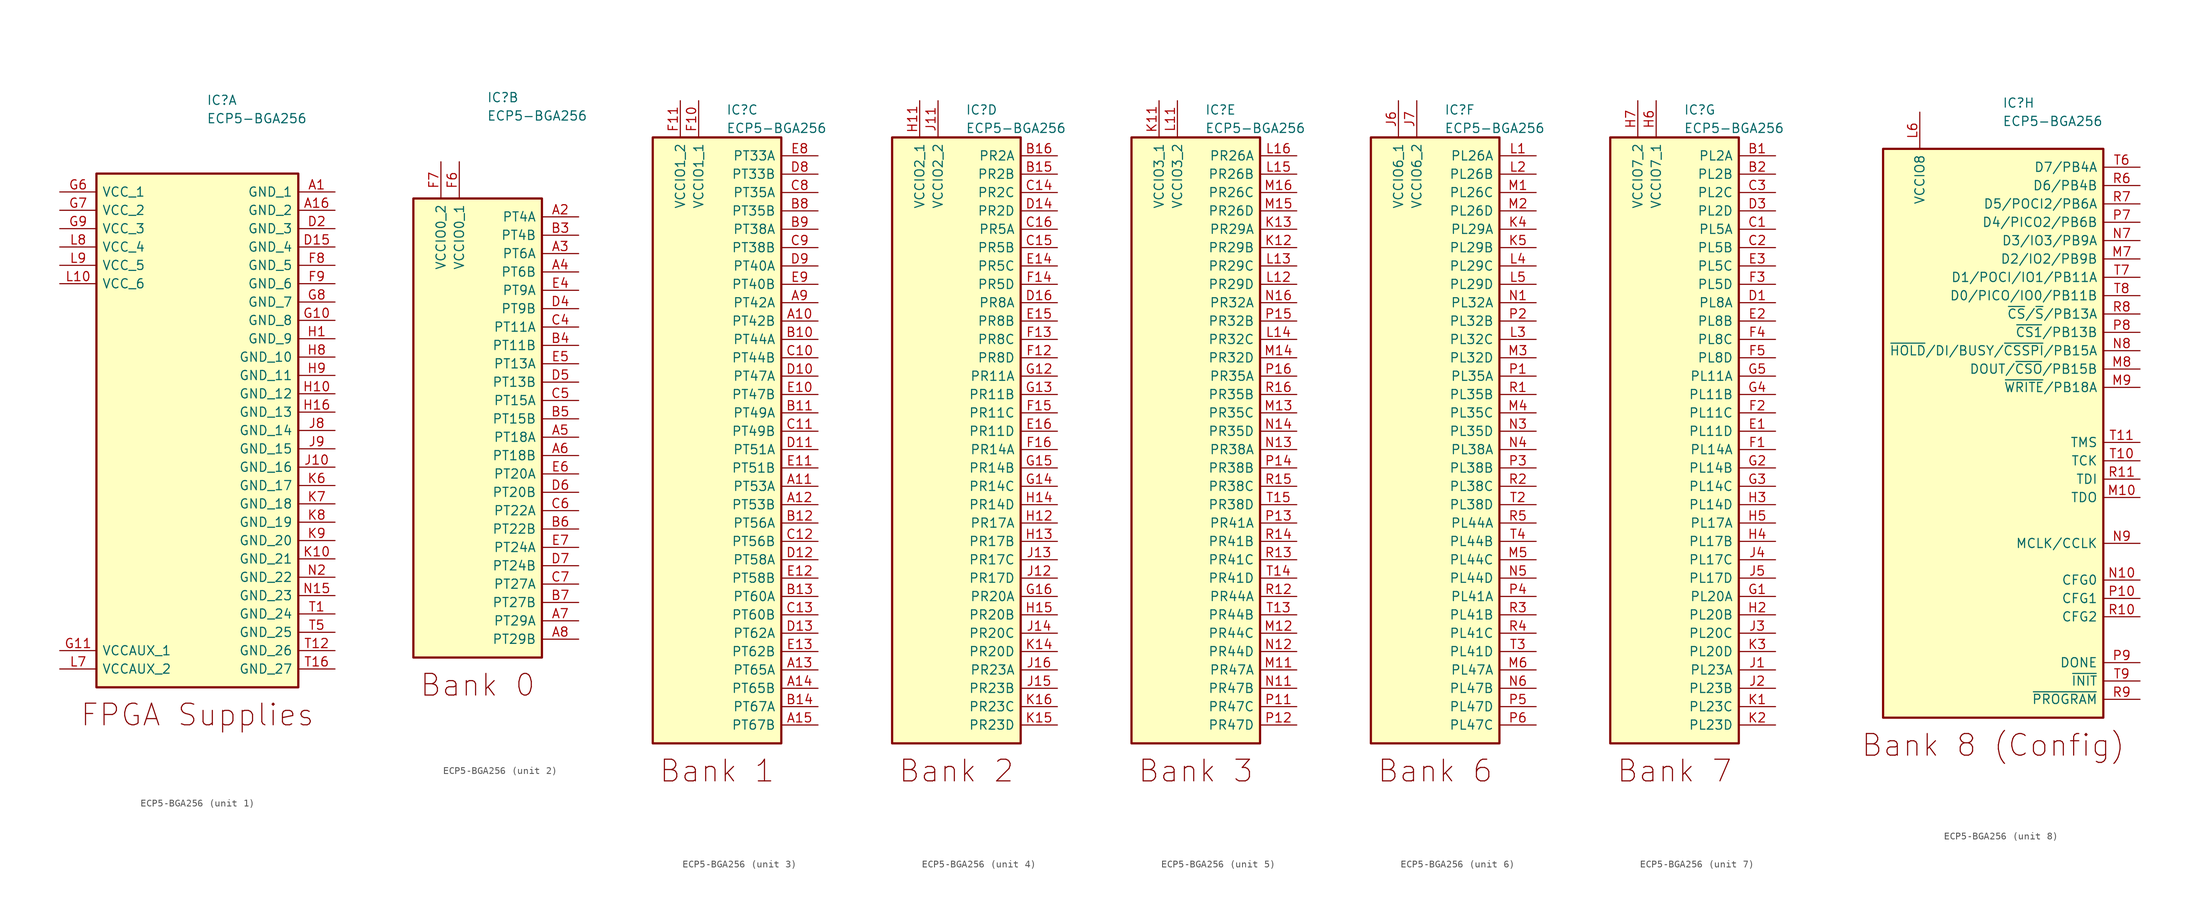
<source format=kicad_sym>
(kicad_symbol_lib
  (version 20220914)
  (generator kicad_symbol_editor)
  (symbol "ECP5-BGA256"
    (pin_names
      (offset 0.762))
    (property "Reference" "IC"
      (at 1.27 45.72 0)
      (effects (font (size 1.27 1.27)) (justify left)))
    (property "Value" "ECP5-BGA256"
      (at 1.27 43.18 0)
      (effects (font (size 1.27 1.27)) (justify left)))
    (property "ki_locked" ""
      (at 0 0 0)
      (effects (font (size 1.27 1.27))))
    (symbol "ECP5-BGA256_1_0"
      (rectangle (start -13.97 35.56) (end 13.97 -35.56) (stroke (width 0.305) (type default)) (fill (type background))))
    (symbol "ECP5-BGA256_1_1"
      (text "FPGA Supplies" (at 0 -39.37 0) (effects (font (size 2.997 2.997))))
      (pin power_in line (at 19.05 33.02 180) (length 5.08) (name "GND_1" (effects (font (size 1.27 1.27)))) (number "A1" (effects (font (size 1.27 1.27)))))
      (pin power_in line (at 19.05 30.48 180) (length 5.08) (name "GND_2" (effects (font (size 1.27 1.27)))) (number "A16" (effects (font (size 1.27 1.27)))))
      (pin power_in line (at 19.05 25.4 180) (length 5.08) (name "GND_4" (effects (font (size 1.27 1.27)))) (number "D15" (effects (font (size 1.27 1.27)))))
      (pin power_in line (at 19.05 27.94 180) (length 5.08) (name "GND_3" (effects (font (size 1.27 1.27)))) (number "D2" (effects (font (size 1.27 1.27)))))
      (pin power_in line (at 19.05 22.86 180) (length 5.08) (name "GND_5" (effects (font (size 1.27 1.27)))) (number "F8" (effects (font (size 1.27 1.27)))))
      (pin power_in line (at 19.05 20.32 180) (length 5.08) (name "GND_6" (effects (font (size 1.27 1.27)))) (number "F9" (effects (font (size 1.27 1.27)))))
      (pin power_in line (at 19.05 15.24 180) (length 5.08) (name "GND_8" (effects (font (size 1.27 1.27)))) (number "G10" (effects (font (size 1.27 1.27)))))
      (pin power_in line (at -19.05 -30.48 0) (length 5.08) (name "VCCAUX_1" (effects (font (size 1.27 1.27)))) (number "G11" (effects (font (size 1.27 1.27)))))
      (pin power_in line (at -19.05 33.02 0) (length 5.08) (name "VCC_1" (effects (font (size 1.27 1.27)))) (number "G6" (effects (font (size 1.27 1.27)))))
      (pin power_in line (at -19.05 30.48 0) (length 5.08) (name "VCC_2" (effects (font (size 1.27 1.27)))) (number "G7" (effects (font (size 1.27 1.27)))))
      (pin power_in line (at 19.05 17.78 180) (length 5.08) (name "GND_7" (effects (font (size 1.27 1.27)))) (number "G8" (effects (font (size 1.27 1.27)))))
      (pin power_in line (at -19.05 27.94 0) (length 5.08) (name "VCC_3" (effects (font (size 1.27 1.27)))) (number "G9" (effects (font (size 1.27 1.27)))))
      (pin power_in line (at 19.05 12.7 180) (length 5.08) (name "GND_9" (effects (font (size 1.27 1.27)))) (number "H1" (effects (font (size 1.27 1.27)))))
      (pin power_in line (at 19.05 5.08 180) (length 5.08) (name "GND_12" (effects (font (size 1.27 1.27)))) (number "H10" (effects (font (size 1.27 1.27)))))
      (pin power_in line (at 19.05 2.54 180) (length 5.08) (name "GND_13" (effects (font (size 1.27 1.27)))) (number "H16" (effects (font (size 1.27 1.27)))))
      (pin power_in line (at 19.05 10.16 180) (length 5.08) (name "GND_10" (effects (font (size 1.27 1.27)))) (number "H8" (effects (font (size 1.27 1.27)))))
      (pin power_in line (at 19.05 7.62 180) (length 5.08) (name "GND_11" (effects (font (size 1.27 1.27)))) (number "H9" (effects (font (size 1.27 1.27)))))
      (pin power_in line (at 19.05 -5.08 180) (length 5.08) (name "GND_16" (effects (font (size 1.27 1.27)))) (number "J10" (effects (font (size 1.27 1.27)))))
      (pin power_in line (at 19.05 0 180) (length 5.08) (name "GND_14" (effects (font (size 1.27 1.27)))) (number "J8" (effects (font (size 1.27 1.27)))))
      (pin power_in line (at 19.05 -2.54 180) (length 5.08) (name "GND_15" (effects (font (size 1.27 1.27)))) (number "J9" (effects (font (size 1.27 1.27)))))
      (pin power_in line (at 19.05 -17.78 180) (length 5.08) (name "GND_21" (effects (font (size 1.27 1.27)))) (number "K10" (effects (font (size 1.27 1.27)))))
      (pin power_in line (at 19.05 -7.62 180) (length 5.08) (name "GND_17" (effects (font (size 1.27 1.27)))) (number "K6" (effects (font (size 1.27 1.27)))))
      (pin power_in line (at 19.05 -10.16 180) (length 5.08) (name "GND_18" (effects (font (size 1.27 1.27)))) (number "K7" (effects (font (size 1.27 1.27)))))
      (pin power_in line (at 19.05 -12.7 180) (length 5.08) (name "GND_19" (effects (font (size 1.27 1.27)))) (number "K8" (effects (font (size 1.27 1.27)))))
      (pin power_in line (at 19.05 -15.24 180) (length 5.08) (name "GND_20" (effects (font (size 1.27 1.27)))) (number "K9" (effects (font (size 1.27 1.27)))))
      (pin power_in line (at -19.05 20.32 0) (length 5.08) (name "VCC_6" (effects (font (size 1.27 1.27)))) (number "L10" (effects (font (size 1.27 1.27)))))
      (pin power_in line (at -19.05 -33.02 0) (length 5.08) (name "VCCAUX_2" (effects (font (size 1.27 1.27)))) (number "L7" (effects (font (size 1.27 1.27)))))
      (pin power_in line (at -19.05 25.4 0) (length 5.08) (name "VCC_4" (effects (font (size 1.27 1.27)))) (number "L8" (effects (font (size 1.27 1.27)))))
      (pin power_in line (at -19.05 22.86 0) (length 5.08) (name "VCC_5" (effects (font (size 1.27 1.27)))) (number "L9" (effects (font (size 1.27 1.27)))))
      (pin power_in line (at 19.05 -22.86 180) (length 5.08) (name "GND_23" (effects (font (size 1.27 1.27)))) (number "N15" (effects (font (size 1.27 1.27)))))
      (pin power_in line (at 19.05 -20.32 180) (length 5.08) (name "GND_22" (effects (font (size 1.27 1.27)))) (number "N2" (effects (font (size 1.27 1.27)))))
      (pin power_in line (at 19.05 -25.4 180) (length 5.08) (name "GND_24" (effects (font (size 1.27 1.27)))) (number "T1" (effects (font (size 1.27 1.27)))))
      (pin power_in line (at 19.05 -30.48 180) (length 5.08) (name "GND_26" (effects (font (size 1.27 1.27)))) (number "T12" (effects (font (size 1.27 1.27)))))
      (pin power_in line (at 19.05 -33.02 180) (length 5.08) (name "GND_27" (effects (font (size 1.27 1.27)))) (number "T16" (effects (font (size 1.27 1.27)))))
      (pin power_in line (at 19.05 -27.94 180) (length 5.08) (name "GND_25" (effects (font (size 1.27 1.27)))) (number "T5" (effects (font (size 1.27 1.27))))))
    (symbol "ECP5-BGA256_2_1"
      (rectangle (start -8.89 31.75) (end 8.89 -31.75) (stroke (width 0.305) (type default)) (fill (type background)))
      (text "Bank 0" (at 0 -35.56 0) (effects (font (size 2.997 2.997))))
      (pin bidirectional line (at 13.97 29.21 180) (length 5.08) (name "PT4A" (effects (font (size 1.27 1.27)))) (number "A2" (effects (font (size 1.27 1.27)))))
      (pin bidirectional line (at 13.97 24.13 180) (length 5.08) (name "PT6A" (effects (font (size 1.27 1.27)))) (number "A3" (effects (font (size 1.27 1.27)))))
      (pin bidirectional line (at 13.97 21.59 180) (length 5.08) (name "PT6B" (effects (font (size 1.27 1.27)))) (number "A4" (effects (font (size 1.27 1.27)))))
      (pin bidirectional line (at 13.97 -1.27 180) (length 5.08) (name "PT18A" (effects (font (size 1.27 1.27)))) (number "A5" (effects (font (size 1.27 1.27)))))
      (pin bidirectional line (at 13.97 -3.81 180) (length 5.08) (name "PT18B" (effects (font (size 1.27 1.27)))) (number "A6" (effects (font (size 1.27 1.27)))))
      (pin bidirectional line (at 13.97 -26.67 180) (length 5.08) (name "PT29A" (effects (font (size 1.27 1.27)))) (number "A7" (effects (font (size 1.27 1.27)))))
      (pin bidirectional line (at 13.97 -29.21 180) (length 5.08) (name "PT29B" (effects (font (size 1.27 1.27)))) (number "A8" (effects (font (size 1.27 1.27)))))
      (pin bidirectional line (at 13.97 26.67 180) (length 5.08) (name "PT4B" (effects (font (size 1.27 1.27)))) (number "B3" (effects (font (size 1.27 1.27)))))
      (pin bidirectional line (at 13.97 11.43 180) (length 5.08) (name "PT11B" (effects (font (size 1.27 1.27)))) (number "B4" (effects (font (size 1.27 1.27)))))
      (pin bidirectional line (at 13.97 1.27 180) (length 5.08) (name "PT15B" (effects (font (size 1.27 1.27)))) (number "B5" (effects (font (size 1.27 1.27)))))
      (pin bidirectional line (at 13.97 -13.97 180) (length 5.08) (name "PT22B" (effects (font (size 1.27 1.27)))) (number "B6" (effects (font (size 1.27 1.27)))))
      (pin bidirectional line (at 13.97 -24.13 180) (length 5.08) (name "PT27B" (effects (font (size 1.27 1.27)))) (number "B7" (effects (font (size 1.27 1.27)))))
      (pin bidirectional line (at 13.97 13.97 180) (length 5.08) (name "PT11A" (effects (font (size 1.27 1.27)))) (number "C4" (effects (font (size 1.27 1.27)))))
      (pin bidirectional line (at 13.97 3.81 180) (length 5.08) (name "PT15A" (effects (font (size 1.27 1.27)))) (number "C5" (effects (font (size 1.27 1.27)))))
      (pin bidirectional line (at 13.97 -11.43 180) (length 5.08) (name "PT22A" (effects (font (size 1.27 1.27)))) (number "C6" (effects (font (size 1.27 1.27)))))
      (pin bidirectional line (at 13.97 -21.59 180) (length 5.08) (name "PT27A" (effects (font (size 1.27 1.27)))) (number "C7" (effects (font (size 1.27 1.27)))))
      (pin bidirectional line (at 13.97 16.51 180) (length 5.08) (name "PT9B" (effects (font (size 1.27 1.27)))) (number "D4" (effects (font (size 1.27 1.27)))))
      (pin bidirectional line (at 13.97 6.35 180) (length 5.08) (name "PT13B" (effects (font (size 1.27 1.27)))) (number "D5" (effects (font (size 1.27 1.27)))))
      (pin bidirectional line (at 13.97 -8.89 180) (length 5.08) (name "PT20B" (effects (font (size 1.27 1.27)))) (number "D6" (effects (font (size 1.27 1.27)))))
      (pin bidirectional line (at 13.97 -19.05 180) (length 5.08) (name "PT24B" (effects (font (size 1.27 1.27)))) (number "D7" (effects (font (size 1.27 1.27)))))
      (pin bidirectional line (at 13.97 19.05 180) (length 5.08) (name "PT9A" (effects (font (size 1.27 1.27)))) (number "E4" (effects (font (size 1.27 1.27)))))
      (pin bidirectional line (at 13.97 8.89 180) (length 5.08) (name "PT13A" (effects (font (size 1.27 1.27)))) (number "E5" (effects (font (size 1.27 1.27)))))
      (pin bidirectional line (at 13.97 -6.35 180) (length 5.08) (name "PT20A" (effects (font (size 1.27 1.27)))) (number "E6" (effects (font (size 1.27 1.27)))))
      (pin bidirectional line (at 13.97 -16.51 180) (length 5.08) (name "PT24A" (effects (font (size 1.27 1.27)))) (number "E7" (effects (font (size 1.27 1.27)))))
      (pin power_in line (at -2.54 36.83 270) (length 5.08) (name "VCCIO0_1" (effects (font (size 1.27 1.27)))) (number "F6" (effects (font (size 1.27 1.27)))))
      (pin power_in line (at -5.08 36.83 270) (length 5.08) (name "VCCIO0_2" (effects (font (size 1.27 1.27)))) (number "F7" (effects (font (size 1.27 1.27))))))
    (symbol "ECP5-BGA256_3_0"
      (rectangle (start -8.89 41.91) (end 8.89 -41.91) (stroke (width 0.305) (type default)) (fill (type background))))
    (symbol "ECP5-BGA256_3_1"
      (text "Bank 1" (at 0 -45.72 0) (effects (font (size 2.997 2.997))))
      (pin bidirectional line (at 13.97 16.51 180) (length 5.08) (name "PT42B" (effects (font (size 1.27 1.27)))) (number "A10" (effects (font (size 1.27 1.27)))))
      (pin bidirectional line (at 13.97 -6.35 180) (length 5.08) (name "PT53A" (effects (font (size 1.27 1.27)))) (number "A11" (effects (font (size 1.27 1.27)))))
      (pin bidirectional line (at 13.97 -8.89 180) (length 5.08) (name "PT53B" (effects (font (size 1.27 1.27)))) (number "A12" (effects (font (size 1.27 1.27)))))
      (pin bidirectional line (at 13.97 -31.75 180) (length 5.08) (name "PT65A" (effects (font (size 1.27 1.27)))) (number "A13" (effects (font (size 1.27 1.27)))))
      (pin bidirectional line (at 13.97 -34.29 180) (length 5.08) (name "PT65B" (effects (font (size 1.27 1.27)))) (number "A14" (effects (font (size 1.27 1.27)))))
      (pin bidirectional line (at 13.97 -39.37 180) (length 5.08) (name "PT67B" (effects (font (size 1.27 1.27)))) (number "A15" (effects (font (size 1.27 1.27)))))
      (pin bidirectional line (at 13.97 19.05 180) (length 5.08) (name "PT42A" (effects (font (size 1.27 1.27)))) (number "A9" (effects (font (size 1.27 1.27)))))
      (pin bidirectional line (at 13.97 13.97 180) (length 5.08) (name "PT44A" (effects (font (size 1.27 1.27)))) (number "B10" (effects (font (size 1.27 1.27)))))
      (pin bidirectional line (at 13.97 3.81 180) (length 5.08) (name "PT49A" (effects (font (size 1.27 1.27)))) (number "B11" (effects (font (size 1.27 1.27)))))
      (pin bidirectional line (at 13.97 -11.43 180) (length 5.08) (name "PT56A" (effects (font (size 1.27 1.27)))) (number "B12" (effects (font (size 1.27 1.27)))))
      (pin bidirectional line (at 13.97 -21.59 180) (length 5.08) (name "PT60A" (effects (font (size 1.27 1.27)))) (number "B13" (effects (font (size 1.27 1.27)))))
      (pin bidirectional line (at 13.97 -36.83 180) (length 5.08) (name "PT67A" (effects (font (size 1.27 1.27)))) (number "B14" (effects (font (size 1.27 1.27)))))
      (pin bidirectional line (at 13.97 31.75 180) (length 5.08) (name "PT35B" (effects (font (size 1.27 1.27)))) (number "B8" (effects (font (size 1.27 1.27)))))
      (pin bidirectional line (at 13.97 29.21 180) (length 5.08) (name "PT38A" (effects (font (size 1.27 1.27)))) (number "B9" (effects (font (size 1.27 1.27)))))
      (pin bidirectional line (at 13.97 11.43 180) (length 5.08) (name "PT44B" (effects (font (size 1.27 1.27)))) (number "C10" (effects (font (size 1.27 1.27)))))
      (pin bidirectional line (at 13.97 1.27 180) (length 5.08) (name "PT49B" (effects (font (size 1.27 1.27)))) (number "C11" (effects (font (size 1.27 1.27)))))
      (pin bidirectional line (at 13.97 -13.97 180) (length 5.08) (name "PT56B" (effects (font (size 1.27 1.27)))) (number "C12" (effects (font (size 1.27 1.27)))))
      (pin bidirectional line (at 13.97 -24.13 180) (length 5.08) (name "PT60B" (effects (font (size 1.27 1.27)))) (number "C13" (effects (font (size 1.27 1.27)))))
      (pin bidirectional line (at 13.97 34.29 180) (length 5.08) (name "PT35A" (effects (font (size 1.27 1.27)))) (number "C8" (effects (font (size 1.27 1.27)))))
      (pin bidirectional line (at 13.97 26.67 180) (length 5.08) (name "PT38B" (effects (font (size 1.27 1.27)))) (number "C9" (effects (font (size 1.27 1.27)))))
      (pin bidirectional line (at 13.97 8.89 180) (length 5.08) (name "PT47A" (effects (font (size 1.27 1.27)))) (number "D10" (effects (font (size 1.27 1.27)))))
      (pin bidirectional line (at 13.97 -1.27 180) (length 5.08) (name "PT51A" (effects (font (size 1.27 1.27)))) (number "D11" (effects (font (size 1.27 1.27)))))
      (pin bidirectional line (at 13.97 -16.51 180) (length 5.08) (name "PT58A" (effects (font (size 1.27 1.27)))) (number "D12" (effects (font (size 1.27 1.27)))))
      (pin bidirectional line (at 13.97 -26.67 180) (length 5.08) (name "PT62A" (effects (font (size 1.27 1.27)))) (number "D13" (effects (font (size 1.27 1.27)))))
      (pin bidirectional line (at 13.97 36.83 180) (length 5.08) (name "PT33B" (effects (font (size 1.27 1.27)))) (number "D8" (effects (font (size 1.27 1.27)))))
      (pin bidirectional line (at 13.97 24.13 180) (length 5.08) (name "PT40A" (effects (font (size 1.27 1.27)))) (number "D9" (effects (font (size 1.27 1.27)))))
      (pin bidirectional line (at 13.97 6.35 180) (length 5.08) (name "PT47B" (effects (font (size 1.27 1.27)))) (number "E10" (effects (font (size 1.27 1.27)))))
      (pin bidirectional line (at 13.97 -3.81 180) (length 5.08) (name "PT51B" (effects (font (size 1.27 1.27)))) (number "E11" (effects (font (size 1.27 1.27)))))
      (pin bidirectional line (at 13.97 -19.05 180) (length 5.08) (name "PT58B" (effects (font (size 1.27 1.27)))) (number "E12" (effects (font (size 1.27 1.27)))))
      (pin bidirectional line (at 13.97 -29.21 180) (length 5.08) (name "PT62B" (effects (font (size 1.27 1.27)))) (number "E13" (effects (font (size 1.27 1.27)))))
      (pin bidirectional line (at 13.97 39.37 180) (length 5.08) (name "PT33A" (effects (font (size 1.27 1.27)))) (number "E8" (effects (font (size 1.27 1.27)))))
      (pin bidirectional line (at 13.97 21.59 180) (length 5.08) (name "PT40B" (effects (font (size 1.27 1.27)))) (number "E9" (effects (font (size 1.27 1.27)))))
      (pin power_in line (at -2.54 46.99 270) (length 5.08) (name "VCCIO1_1" (effects (font (size 1.27 1.27)))) (number "F10" (effects (font (size 1.27 1.27)))))
      (pin power_in line (at -5.08 46.99 270) (length 5.08) (name "VCCIO1_2" (effects (font (size 1.27 1.27)))) (number "F11" (effects (font (size 1.27 1.27))))))
    (symbol "ECP5-BGA256_4_1"
      (rectangle (start -8.89 41.91) (end 8.89 -41.91) (stroke (width 0.305) (type default)) (fill (type background)))
      (text "Bank 2" (at 0 -45.72 0) (effects (font (size 2.997 2.997))))
      (pin bidirectional line (at 13.97 36.83 180) (length 5.08) (name "PR2B" (effects (font (size 1.27 1.27)))) (number "B15" (effects (font (size 1.27 1.27)))))
      (pin bidirectional line (at 13.97 39.37 180) (length 5.08) (name "PR2A" (effects (font (size 1.27 1.27)))) (number "B16" (effects (font (size 1.27 1.27)))))
      (pin bidirectional line (at 13.97 34.29 180) (length 5.08) (name "PR2C" (effects (font (size 1.27 1.27)))) (number "C14" (effects (font (size 1.27 1.27)))))
      (pin bidirectional line (at 13.97 26.67 180) (length 5.08) (name "PR5B" (effects (font (size 1.27 1.27)))) (number "C15" (effects (font (size 1.27 1.27)))))
      (pin bidirectional line (at 13.97 29.21 180) (length 5.08) (name "PR5A" (effects (font (size 1.27 1.27)))) (number "C16" (effects (font (size 1.27 1.27)))))
      (pin bidirectional line (at 13.97 31.75 180) (length 5.08) (name "PR2D" (effects (font (size 1.27 1.27)))) (number "D14" (effects (font (size 1.27 1.27)))))
      (pin bidirectional line (at 13.97 19.05 180) (length 5.08) (name "PR8A" (effects (font (size 1.27 1.27)))) (number "D16" (effects (font (size 1.27 1.27)))))
      (pin bidirectional line (at 13.97 24.13 180) (length 5.08) (name "PR5C" (effects (font (size 1.27 1.27)))) (number "E14" (effects (font (size 1.27 1.27)))))
      (pin bidirectional line (at 13.97 16.51 180) (length 5.08) (name "PR8B" (effects (font (size 1.27 1.27)))) (number "E15" (effects (font (size 1.27 1.27)))))
      (pin bidirectional line (at 13.97 1.27 180) (length 5.08) (name "PR11D" (effects (font (size 1.27 1.27)))) (number "E16" (effects (font (size 1.27 1.27)))))
      (pin bidirectional line (at 13.97 11.43 180) (length 5.08) (name "PR8D" (effects (font (size 1.27 1.27)))) (number "F12" (effects (font (size 1.27 1.27)))))
      (pin bidirectional line (at 13.97 13.97 180) (length 5.08) (name "PR8C" (effects (font (size 1.27 1.27)))) (number "F13" (effects (font (size 1.27 1.27)))))
      (pin bidirectional line (at 13.97 21.59 180) (length 5.08) (name "PR5D" (effects (font (size 1.27 1.27)))) (number "F14" (effects (font (size 1.27 1.27)))))
      (pin bidirectional line (at 13.97 3.81 180) (length 5.08) (name "PR11C" (effects (font (size 1.27 1.27)))) (number "F15" (effects (font (size 1.27 1.27)))))
      (pin bidirectional line (at 13.97 -1.27 180) (length 5.08) (name "PR14A" (effects (font (size 1.27 1.27)))) (number "F16" (effects (font (size 1.27 1.27)))))
      (pin bidirectional line (at 13.97 8.89 180) (length 5.08) (name "PR11A" (effects (font (size 1.27 1.27)))) (number "G12" (effects (font (size 1.27 1.27)))))
      (pin bidirectional line (at 13.97 6.35 180) (length 5.08) (name "PR11B" (effects (font (size 1.27 1.27)))) (number "G13" (effects (font (size 1.27 1.27)))))
      (pin bidirectional line (at 13.97 -6.35 180) (length 5.08) (name "PR14C" (effects (font (size 1.27 1.27)))) (number "G14" (effects (font (size 1.27 1.27)))))
      (pin bidirectional line (at 13.97 -3.81 180) (length 5.08) (name "PR14B" (effects (font (size 1.27 1.27)))) (number "G15" (effects (font (size 1.27 1.27)))))
      (pin bidirectional line (at 13.97 -21.59 180) (length 5.08) (name "PR20A" (effects (font (size 1.27 1.27)))) (number "G16" (effects (font (size 1.27 1.27)))))
      (pin power_in line (at -5.08 46.99 270) (length 5.08) (name "VCCIO2_1" (effects (font (size 1.27 1.27)))) (number "H11" (effects (font (size 1.27 1.27)))))
      (pin bidirectional line (at 13.97 -11.43 180) (length 5.08) (name "PR17A" (effects (font (size 1.27 1.27)))) (number "H12" (effects (font (size 1.27 1.27)))))
      (pin bidirectional line (at 13.97 -13.97 180) (length 5.08) (name "PR17B" (effects (font (size 1.27 1.27)))) (number "H13" (effects (font (size 1.27 1.27)))))
      (pin bidirectional line (at 13.97 -8.89 180) (length 5.08) (name "PR14D" (effects (font (size 1.27 1.27)))) (number "H14" (effects (font (size 1.27 1.27)))))
      (pin bidirectional line (at 13.97 -24.13 180) (length 5.08) (name "PR20B" (effects (font (size 1.27 1.27)))) (number "H15" (effects (font (size 1.27 1.27)))))
      (pin power_in line (at -2.54 46.99 270) (length 5.08) (name "VCCIO2_2" (effects (font (size 1.27 1.27)))) (number "J11" (effects (font (size 1.27 1.27)))))
      (pin bidirectional line (at 13.97 -19.05 180) (length 5.08) (name "PR17D" (effects (font (size 1.27 1.27)))) (number "J12" (effects (font (size 1.27 1.27)))))
      (pin bidirectional line (at 13.97 -16.51 180) (length 5.08) (name "PR17C" (effects (font (size 1.27 1.27)))) (number "J13" (effects (font (size 1.27 1.27)))))
      (pin bidirectional line (at 13.97 -26.67 180) (length 5.08) (name "PR20C" (effects (font (size 1.27 1.27)))) (number "J14" (effects (font (size 1.27 1.27)))))
      (pin bidirectional line (at 13.97 -34.29 180) (length 5.08) (name "PR23B" (effects (font (size 1.27 1.27)))) (number "J15" (effects (font (size 1.27 1.27)))))
      (pin bidirectional line (at 13.97 -31.75 180) (length 5.08) (name "PR23A" (effects (font (size 1.27 1.27)))) (number "J16" (effects (font (size 1.27 1.27)))))
      (pin bidirectional line (at 13.97 -29.21 180) (length 5.08) (name "PR20D" (effects (font (size 1.27 1.27)))) (number "K14" (effects (font (size 1.27 1.27)))))
      (pin bidirectional line (at 13.97 -39.37 180) (length 5.08) (name "PR23D" (effects (font (size 1.27 1.27)))) (number "K15" (effects (font (size 1.27 1.27)))))
      (pin bidirectional line (at 13.97 -36.83 180) (length 5.08) (name "PR23C" (effects (font (size 1.27 1.27)))) (number "K16" (effects (font (size 1.27 1.27))))))
    (symbol "ECP5-BGA256_5_0"
      (rectangle (start -8.89 41.91) (end 8.89 -41.91) (stroke (width 0.305) (type default)) (fill (type background))))
    (symbol "ECP5-BGA256_5_1"
      (text "Bank 3" (at 0 -45.72 0) (effects (font (size 2.997 2.997))))
      (pin power_in line (at -5.08 46.99 270) (length 5.08) (name "VCCIO3_1" (effects (font (size 1.27 1.27)))) (number "K11" (effects (font (size 1.27 1.27)))))
      (pin bidirectional line (at 13.97 26.67 180) (length 5.08) (name "PR29B" (effects (font (size 1.27 1.27)))) (number "K12" (effects (font (size 1.27 1.27)))))
      (pin bidirectional line (at 13.97 29.21 180) (length 5.08) (name "PR29A" (effects (font (size 1.27 1.27)))) (number "K13" (effects (font (size 1.27 1.27)))))
      (pin power_in line (at -2.54 46.99 270) (length 5.08) (name "VCCIO3_2" (effects (font (size 1.27 1.27)))) (number "L11" (effects (font (size 1.27 1.27)))))
      (pin bidirectional line (at 13.97 21.59 180) (length 5.08) (name "PR29D" (effects (font (size 1.27 1.27)))) (number "L12" (effects (font (size 1.27 1.27)))))
      (pin bidirectional line (at 13.97 24.13 180) (length 5.08) (name "PR29C" (effects (font (size 1.27 1.27)))) (number "L13" (effects (font (size 1.27 1.27)))))
      (pin bidirectional line (at 13.97 13.97 180) (length 5.08) (name "PR32C" (effects (font (size 1.27 1.27)))) (number "L14" (effects (font (size 1.27 1.27)))))
      (pin bidirectional line (at 13.97 36.83 180) (length 5.08) (name "PR26B" (effects (font (size 1.27 1.27)))) (number "L15" (effects (font (size 1.27 1.27)))))
      (pin bidirectional line (at 13.97 39.37 180) (length 5.08) (name "PR26A" (effects (font (size 1.27 1.27)))) (number "L16" (effects (font (size 1.27 1.27)))))
      (pin bidirectional line (at 13.97 -31.75 180) (length 5.08) (name "PR47A" (effects (font (size 1.27 1.27)))) (number "M11" (effects (font (size 1.27 1.27)))))
      (pin bidirectional line (at 13.97 -26.67 180) (length 5.08) (name "PR44C" (effects (font (size 1.27 1.27)))) (number "M12" (effects (font (size 1.27 1.27)))))
      (pin bidirectional line (at 13.97 3.81 180) (length 5.08) (name "PR35C" (effects (font (size 1.27 1.27)))) (number "M13" (effects (font (size 1.27 1.27)))))
      (pin bidirectional line (at 13.97 11.43 180) (length 5.08) (name "PR32D" (effects (font (size 1.27 1.27)))) (number "M14" (effects (font (size 1.27 1.27)))))
      (pin bidirectional line (at 13.97 31.75 180) (length 5.08) (name "PR26D" (effects (font (size 1.27 1.27)))) (number "M15" (effects (font (size 1.27 1.27)))))
      (pin bidirectional line (at 13.97 34.29 180) (length 5.08) (name "PR26C" (effects (font (size 1.27 1.27)))) (number "M16" (effects (font (size 1.27 1.27)))))
      (pin bidirectional line (at 13.97 -34.29 180) (length 5.08) (name "PR47B" (effects (font (size 1.27 1.27)))) (number "N11" (effects (font (size 1.27 1.27)))))
      (pin bidirectional line (at 13.97 -29.21 180) (length 5.08) (name "PR44D" (effects (font (size 1.27 1.27)))) (number "N12" (effects (font (size 1.27 1.27)))))
      (pin bidirectional line (at 13.97 -1.27 180) (length 5.08) (name "PR38A" (effects (font (size 1.27 1.27)))) (number "N13" (effects (font (size 1.27 1.27)))))
      (pin bidirectional line (at 13.97 1.27 180) (length 5.08) (name "PR35D" (effects (font (size 1.27 1.27)))) (number "N14" (effects (font (size 1.27 1.27)))))
      (pin bidirectional line (at 13.97 19.05 180) (length 5.08) (name "PR32A" (effects (font (size 1.27 1.27)))) (number "N16" (effects (font (size 1.27 1.27)))))
      (pin bidirectional line (at 13.97 -36.83 180) (length 5.08) (name "PR47C" (effects (font (size 1.27 1.27)))) (number "P11" (effects (font (size 1.27 1.27)))))
      (pin bidirectional line (at 13.97 -39.37 180) (length 5.08) (name "PR47D" (effects (font (size 1.27 1.27)))) (number "P12" (effects (font (size 1.27 1.27)))))
      (pin bidirectional line (at 13.97 -11.43 180) (length 5.08) (name "PR41A" (effects (font (size 1.27 1.27)))) (number "P13" (effects (font (size 1.27 1.27)))))
      (pin bidirectional line (at 13.97 -3.81 180) (length 5.08) (name "PR38B" (effects (font (size 1.27 1.27)))) (number "P14" (effects (font (size 1.27 1.27)))))
      (pin bidirectional line (at 13.97 16.51 180) (length 5.08) (name "PR32B" (effects (font (size 1.27 1.27)))) (number "P15" (effects (font (size 1.27 1.27)))))
      (pin bidirectional line (at 13.97 8.89 180) (length 5.08) (name "PR35A" (effects (font (size 1.27 1.27)))) (number "P16" (effects (font (size 1.27 1.27)))))
      (pin bidirectional line (at 13.97 -21.59 180) (length 5.08) (name "PR44A" (effects (font (size 1.27 1.27)))) (number "R12" (effects (font (size 1.27 1.27)))))
      (pin bidirectional line (at 13.97 -16.51 180) (length 5.08) (name "PR41C" (effects (font (size 1.27 1.27)))) (number "R13" (effects (font (size 1.27 1.27)))))
      (pin bidirectional line (at 13.97 -13.97 180) (length 5.08) (name "PR41B" (effects (font (size 1.27 1.27)))) (number "R14" (effects (font (size 1.27 1.27)))))
      (pin bidirectional line (at 13.97 -6.35 180) (length 5.08) (name "PR38C" (effects (font (size 1.27 1.27)))) (number "R15" (effects (font (size 1.27 1.27)))))
      (pin bidirectional line (at 13.97 6.35 180) (length 5.08) (name "PR35B" (effects (font (size 1.27 1.27)))) (number "R16" (effects (font (size 1.27 1.27)))))
      (pin bidirectional line (at 13.97 -24.13 180) (length 5.08) (name "PR44B" (effects (font (size 1.27 1.27)))) (number "T13" (effects (font (size 1.27 1.27)))))
      (pin bidirectional line (at 13.97 -19.05 180) (length 5.08) (name "PR41D" (effects (font (size 1.27 1.27)))) (number "T14" (effects (font (size 1.27 1.27)))))
      (pin bidirectional line (at 13.97 -8.89 180) (length 5.08) (name "PR38D" (effects (font (size 1.27 1.27)))) (number "T15" (effects (font (size 1.27 1.27))))))
    (symbol "ECP5-BGA256_6_1"
      (rectangle (start -8.89 41.91) (end 8.89 -41.91) (stroke (width 0.305) (type default)) (fill (type background)))
      (text "Bank 6" (at 0 -45.72 0) (effects (font (size 2.997 2.997))))
      (pin power_in line (at -5.08 46.99 270) (length 5.08) (name "VCCIO6_1" (effects (font (size 1.27 1.27)))) (number "J6" (effects (font (size 1.27 1.27)))))
      (pin power_in line (at -2.54 46.99 270) (length 5.08) (name "VCCIO6_2" (effects (font (size 1.27 1.27)))) (number "J7" (effects (font (size 1.27 1.27)))))
      (pin bidirectional line (at 13.97 29.21 180) (length 5.08) (name "PL29A" (effects (font (size 1.27 1.27)))) (number "K4" (effects (font (size 1.27 1.27)))))
      (pin bidirectional line (at 13.97 26.67 180) (length 5.08) (name "PL29B" (effects (font (size 1.27 1.27)))) (number "K5" (effects (font (size 1.27 1.27)))))
      (pin bidirectional line (at 13.97 39.37 180) (length 5.08) (name "PL26A" (effects (font (size 1.27 1.27)))) (number "L1" (effects (font (size 1.27 1.27)))))
      (pin bidirectional line (at 13.97 36.83 180) (length 5.08) (name "PL26B" (effects (font (size 1.27 1.27)))) (number "L2" (effects (font (size 1.27 1.27)))))
      (pin bidirectional line (at 13.97 13.97 180) (length 5.08) (name "PL32C" (effects (font (size 1.27 1.27)))) (number "L3" (effects (font (size 1.27 1.27)))))
      (pin bidirectional line (at 13.97 24.13 180) (length 5.08) (name "PL29C" (effects (font (size 1.27 1.27)))) (number "L4" (effects (font (size 1.27 1.27)))))
      (pin bidirectional line (at 13.97 21.59 180) (length 5.08) (name "PL29D" (effects (font (size 1.27 1.27)))) (number "L5" (effects (font (size 1.27 1.27)))))
      (pin bidirectional line (at 13.97 34.29 180) (length 5.08) (name "PL26C" (effects (font (size 1.27 1.27)))) (number "M1" (effects (font (size 1.27 1.27)))))
      (pin bidirectional line (at 13.97 31.75 180) (length 5.08) (name "PL26D" (effects (font (size 1.27 1.27)))) (number "M2" (effects (font (size 1.27 1.27)))))
      (pin bidirectional line (at 13.97 11.43 180) (length 5.08) (name "PL32D" (effects (font (size 1.27 1.27)))) (number "M3" (effects (font (size 1.27 1.27)))))
      (pin bidirectional line (at 13.97 3.81 180) (length 5.08) (name "PL35C" (effects (font (size 1.27 1.27)))) (number "M4" (effects (font (size 1.27 1.27)))))
      (pin bidirectional line (at 13.97 -16.51 180) (length 5.08) (name "PL44C" (effects (font (size 1.27 1.27)))) (number "M5" (effects (font (size 1.27 1.27)))))
      (pin bidirectional line (at 13.97 -31.75 180) (length 5.08) (name "PL47A" (effects (font (size 1.27 1.27)))) (number "M6" (effects (font (size 1.27 1.27)))))
      (pin bidirectional line (at 13.97 19.05 180) (length 5.08) (name "PL32A" (effects (font (size 1.27 1.27)))) (number "N1" (effects (font (size 1.27 1.27)))))
      (pin bidirectional line (at 13.97 1.27 180) (length 5.08) (name "PL35D" (effects (font (size 1.27 1.27)))) (number "N3" (effects (font (size 1.27 1.27)))))
      (pin bidirectional line (at 13.97 -1.27 180) (length 5.08) (name "PL38A" (effects (font (size 1.27 1.27)))) (number "N4" (effects (font (size 1.27 1.27)))))
      (pin bidirectional line (at 13.97 -19.05 180) (length 5.08) (name "PL44D" (effects (font (size 1.27 1.27)))) (number "N5" (effects (font (size 1.27 1.27)))))
      (pin bidirectional line (at 13.97 -34.29 180) (length 5.08) (name "PL47B" (effects (font (size 1.27 1.27)))) (number "N6" (effects (font (size 1.27 1.27)))))
      (pin bidirectional line (at 13.97 8.89 180) (length 5.08) (name "PL35A" (effects (font (size 1.27 1.27)))) (number "P1" (effects (font (size 1.27 1.27)))))
      (pin bidirectional line (at 13.97 16.51 180) (length 5.08) (name "PL32B" (effects (font (size 1.27 1.27)))) (number "P2" (effects (font (size 1.27 1.27)))))
      (pin bidirectional line (at 13.97 -3.81 180) (length 5.08) (name "PL38B" (effects (font (size 1.27 1.27)))) (number "P3" (effects (font (size 1.27 1.27)))))
      (pin bidirectional line (at 13.97 -21.59 180) (length 5.08) (name "PL41A" (effects (font (size 1.27 1.27)))) (number "P4" (effects (font (size 1.27 1.27)))))
      (pin bidirectional line (at 13.97 -36.83 180) (length 5.08) (name "PL47D" (effects (font (size 1.27 1.27)))) (number "P5" (effects (font (size 1.27 1.27)))))
      (pin bidirectional line (at 13.97 -39.37 180) (length 5.08) (name "PL47C" (effects (font (size 1.27 1.27)))) (number "P6" (effects (font (size 1.27 1.27)))))
      (pin bidirectional line (at 13.97 6.35 180) (length 5.08) (name "PL35B" (effects (font (size 1.27 1.27)))) (number "R1" (effects (font (size 1.27 1.27)))))
      (pin bidirectional line (at 13.97 -6.35 180) (length 5.08) (name "PL38C" (effects (font (size 1.27 1.27)))) (number "R2" (effects (font (size 1.27 1.27)))))
      (pin bidirectional line (at 13.97 -24.13 180) (length 5.08) (name "PL41B" (effects (font (size 1.27 1.27)))) (number "R3" (effects (font (size 1.27 1.27)))))
      (pin bidirectional line (at 13.97 -26.67 180) (length 5.08) (name "PL41C" (effects (font (size 1.27 1.27)))) (number "R4" (effects (font (size 1.27 1.27)))))
      (pin bidirectional line (at 13.97 -11.43 180) (length 5.08) (name "PL44A" (effects (font (size 1.27 1.27)))) (number "R5" (effects (font (size 1.27 1.27)))))
      (pin bidirectional line (at 13.97 -8.89 180) (length 5.08) (name "PL38D" (effects (font (size 1.27 1.27)))) (number "T2" (effects (font (size 1.27 1.27)))))
      (pin bidirectional line (at 13.97 -29.21 180) (length 5.08) (name "PL41D" (effects (font (size 1.27 1.27)))) (number "T3" (effects (font (size 1.27 1.27)))))
      (pin bidirectional line (at 13.97 -13.97 180) (length 5.08) (name "PL44B" (effects (font (size 1.27 1.27)))) (number "T4" (effects (font (size 1.27 1.27))))))
    (symbol "ECP5-BGA256_7_1"
      (rectangle (start -8.89 41.91) (end 8.89 -41.91) (stroke (width 0.305) (type default)) (fill (type background)))
      (text "Bank 7" (at 0 -45.72 0) (effects (font (size 2.997 2.997))))
      (pin bidirectional line (at 13.97 39.37 180) (length 5.08) (name "PL2A" (effects (font (size 1.27 1.27)))) (number "B1" (effects (font (size 1.27 1.27)))))
      (pin bidirectional line (at 13.97 36.83 180) (length 5.08) (name "PL2B" (effects (font (size 1.27 1.27)))) (number "B2" (effects (font (size 1.27 1.27)))))
      (pin bidirectional line (at 13.97 29.21 180) (length 5.08) (name "PL5A" (effects (font (size 1.27 1.27)))) (number "C1" (effects (font (size 1.27 1.27)))))
      (pin bidirectional line (at 13.97 26.67 180) (length 5.08) (name "PL5B" (effects (font (size 1.27 1.27)))) (number "C2" (effects (font (size 1.27 1.27)))))
      (pin bidirectional line (at 13.97 34.29 180) (length 5.08) (name "PL2C" (effects (font (size 1.27 1.27)))) (number "C3" (effects (font (size 1.27 1.27)))))
      (pin bidirectional line (at 13.97 19.05 180) (length 5.08) (name "PL8A" (effects (font (size 1.27 1.27)))) (number "D1" (effects (font (size 1.27 1.27)))))
      (pin bidirectional line (at 13.97 31.75 180) (length 5.08) (name "PL2D" (effects (font (size 1.27 1.27)))) (number "D3" (effects (font (size 1.27 1.27)))))
      (pin bidirectional line (at 13.97 1.27 180) (length 5.08) (name "PL11D" (effects (font (size 1.27 1.27)))) (number "E1" (effects (font (size 1.27 1.27)))))
      (pin bidirectional line (at 13.97 16.51 180) (length 5.08) (name "PL8B" (effects (font (size 1.27 1.27)))) (number "E2" (effects (font (size 1.27 1.27)))))
      (pin bidirectional line (at 13.97 24.13 180) (length 5.08) (name "PL5C" (effects (font (size 1.27 1.27)))) (number "E3" (effects (font (size 1.27 1.27)))))
      (pin bidirectional line (at 13.97 -1.27 180) (length 5.08) (name "PL14A" (effects (font (size 1.27 1.27)))) (number "F1" (effects (font (size 1.27 1.27)))))
      (pin bidirectional line (at 13.97 3.81 180) (length 5.08) (name "PL11C" (effects (font (size 1.27 1.27)))) (number "F2" (effects (font (size 1.27 1.27)))))
      (pin bidirectional line (at 13.97 21.59 180) (length 5.08) (name "PL5D" (effects (font (size 1.27 1.27)))) (number "F3" (effects (font (size 1.27 1.27)))))
      (pin bidirectional line (at 13.97 13.97 180) (length 5.08) (name "PL8C" (effects (font (size 1.27 1.27)))) (number "F4" (effects (font (size 1.27 1.27)))))
      (pin bidirectional line (at 13.97 11.43 180) (length 5.08) (name "PL8D" (effects (font (size 1.27 1.27)))) (number "F5" (effects (font (size 1.27 1.27)))))
      (pin bidirectional line (at 13.97 -21.59 180) (length 5.08) (name "PL20A" (effects (font (size 1.27 1.27)))) (number "G1" (effects (font (size 1.27 1.27)))))
      (pin bidirectional line (at 13.97 -3.81 180) (length 5.08) (name "PL14B" (effects (font (size 1.27 1.27)))) (number "G2" (effects (font (size 1.27 1.27)))))
      (pin bidirectional line (at 13.97 -6.35 180) (length 5.08) (name "PL14C" (effects (font (size 1.27 1.27)))) (number "G3" (effects (font (size 1.27 1.27)))))
      (pin bidirectional line (at 13.97 6.35 180) (length 5.08) (name "PL11B" (effects (font (size 1.27 1.27)))) (number "G4" (effects (font (size 1.27 1.27)))))
      (pin bidirectional line (at 13.97 8.89 180) (length 5.08) (name "PL11A" (effects (font (size 1.27 1.27)))) (number "G5" (effects (font (size 1.27 1.27)))))
      (pin bidirectional line (at 13.97 -24.13 180) (length 5.08) (name "PL20B" (effects (font (size 1.27 1.27)))) (number "H2" (effects (font (size 1.27 1.27)))))
      (pin bidirectional line (at 13.97 -8.89 180) (length 5.08) (name "PL14D" (effects (font (size 1.27 1.27)))) (number "H3" (effects (font (size 1.27 1.27)))))
      (pin bidirectional line (at 13.97 -13.97 180) (length 5.08) (name "PL17B" (effects (font (size 1.27 1.27)))) (number "H4" (effects (font (size 1.27 1.27)))))
      (pin bidirectional line (at 13.97 -11.43 180) (length 5.08) (name "PL17A" (effects (font (size 1.27 1.27)))) (number "H5" (effects (font (size 1.27 1.27)))))
      (pin power_in line (at -2.54 46.99 270) (length 5.08) (name "VCCIO7_1" (effects (font (size 1.27 1.27)))) (number "H6" (effects (font (size 1.27 1.27)))))
      (pin power_in line (at -5.08 46.99 270) (length 5.08) (name "VCCIO7_2" (effects (font (size 1.27 1.27)))) (number "H7" (effects (font (size 1.27 1.27)))))
      (pin bidirectional line (at 13.97 -31.75 180) (length 5.08) (name "PL23A" (effects (font (size 1.27 1.27)))) (number "J1" (effects (font (size 1.27 1.27)))))
      (pin bidirectional line (at 13.97 -34.29 180) (length 5.08) (name "PL23B" (effects (font (size 1.27 1.27)))) (number "J2" (effects (font (size 1.27 1.27)))))
      (pin bidirectional line (at 13.97 -26.67 180) (length 5.08) (name "PL20C" (effects (font (size 1.27 1.27)))) (number "J3" (effects (font (size 1.27 1.27)))))
      (pin bidirectional line (at 13.97 -16.51 180) (length 5.08) (name "PL17C" (effects (font (size 1.27 1.27)))) (number "J4" (effects (font (size 1.27 1.27)))))
      (pin bidirectional line (at 13.97 -19.05 180) (length 5.08) (name "PL17D" (effects (font (size 1.27 1.27)))) (number "J5" (effects (font (size 1.27 1.27)))))
      (pin bidirectional line (at 13.97 -36.83 180) (length 5.08) (name "PL23C" (effects (font (size 1.27 1.27)))) (number "K1" (effects (font (size 1.27 1.27)))))
      (pin bidirectional line (at 13.97 -39.37 180) (length 5.08) (name "PL23D" (effects (font (size 1.27 1.27)))) (number "K2" (effects (font (size 1.27 1.27)))))
      (pin bidirectional line (at 13.97 -29.21 180) (length 5.08) (name "PL20D" (effects (font (size 1.27 1.27)))) (number "K3" (effects (font (size 1.27 1.27))))))
    (symbol "ECP5-BGA256_8_0"
      (text "Bank 8 (Config)" (at 0 -43.18 0) (effects (font (size 2.997 2.997)))))
    (symbol "ECP5-BGA256_8_1"
      (rectangle (start -15.24 39.37) (end 15.24 -39.37) (stroke (width 0.305) (type default)) (fill (type background)))
      (pin power_in line (at -10.16 44.45 270) (length 5.08) (name "VCCIO8" (effects (font (size 1.27 1.27)))) (number "L6" (effects (font (size 1.27 1.27)))))
      (pin output line (at 20.32 -8.89 180) (length 5.08) (name "TDO" (effects (font (size 1.27 1.27)))) (number "M10" (effects (font (size 1.27 1.27)))))
      (pin bidirectional line (at 20.32 24.13 180) (length 5.08) (name "D2/IO2/PB9B" (effects (font (size 1.27 1.27)))) (number "M7" (effects (font (size 1.27 1.27)))))
      (pin bidirectional line (at 20.32 8.89 180) (length 5.08) (name "DOUT/~{CSO}/PB15B" (effects (font (size 1.27 1.27)))) (number "M8" (effects (font (size 1.27 1.27)))))
      (pin bidirectional line (at 20.32 6.35 180) (length 5.08) (name "~{WRITE}/PB18A" (effects (font (size 1.27 1.27)))) (number "M9" (effects (font (size 1.27 1.27)))))
      (pin input line (at 20.32 -20.32 180) (length 5.08) (name "CFG0" (effects (font (size 1.27 1.27)))) (number "N10" (effects (font (size 1.27 1.27)))))
      (pin bidirectional line (at 20.32 26.67 180) (length 5.08) (name "D3/IO3/PB9A" (effects (font (size 1.27 1.27)))) (number "N7" (effects (font (size 1.27 1.27)))))
      (pin bidirectional line (at 20.32 11.43 180) (length 5.08) (name "~{HOLD}/DI/BUSY/~{CSSPI}/PB15A" (effects (font (size 1.27 1.27)))) (number "N8" (effects (font (size 1.27 1.27)))))
      (pin bidirectional line (at 20.32 -15.24 180) (length 5.08) (name "MCLK/CCLK" (effects (font (size 1.27 1.27)))) (number "N9" (effects (font (size 1.27 1.27)))))
      (pin input line (at 20.32 -22.86 180) (length 5.08) (name "CFG1" (effects (font (size 1.27 1.27)))) (number "P10" (effects (font (size 1.27 1.27)))))
      (pin bidirectional line (at 20.32 29.21 180) (length 5.08) (name "D4/PICO2/PB6B" (effects (font (size 1.27 1.27)))) (number "P7" (effects (font (size 1.27 1.27)))))
      (pin bidirectional line (at 20.32 13.97 180) (length 5.08) (name "~{CS1}/PB13B" (effects (font (size 1.27 1.27)))) (number "P8" (effects (font (size 1.27 1.27)))))
      (pin bidirectional line (at 20.32 -31.75 180) (length 5.08) (name "DONE" (effects (font (size 1.27 1.27)))) (number "P9" (effects (font (size 1.27 1.27)))))
      (pin input line (at 20.32 -25.4 180) (length 5.08) (name "CFG2" (effects (font (size 1.27 1.27)))) (number "R10" (effects (font (size 1.27 1.27)))))
      (pin input line (at 20.32 -6.35 180) (length 5.08) (name "TDI" (effects (font (size 1.27 1.27)))) (number "R11" (effects (font (size 1.27 1.27)))))
      (pin bidirectional line (at 20.32 34.29 180) (length 5.08) (name "D6/PB4B" (effects (font (size 1.27 1.27)))) (number "R6" (effects (font (size 1.27 1.27)))))
      (pin bidirectional line (at 20.32 31.75 180) (length 5.08) (name "D5/POCI2/PB6A" (effects (font (size 1.27 1.27)))) (number "R7" (effects (font (size 1.27 1.27)))))
      (pin bidirectional line (at 20.32 16.51 180) (length 5.08) (name "~{CS}/~{S}/PB13A" (effects (font (size 1.27 1.27)))) (number "R8" (effects (font (size 1.27 1.27)))))
      (pin bidirectional line (at 20.32 -36.83 180) (length 5.08) (name "~{PROGRAM}" (effects (font (size 1.27 1.27)))) (number "R9" (effects (font (size 1.27 1.27)))))
      (pin input line (at 20.32 -3.81 180) (length 5.08) (name "TCK" (effects (font (size 1.27 1.27)))) (number "T10" (effects (font (size 1.27 1.27)))))
      (pin input line (at 20.32 -1.27 180) (length 5.08) (name "TMS" (effects (font (size 1.27 1.27)))) (number "T11" (effects (font (size 1.27 1.27)))))
      (pin bidirectional line (at 20.32 36.83 180) (length 5.08) (name "D7/PB4A" (effects (font (size 1.27 1.27)))) (number "T6" (effects (font (size 1.27 1.27)))))
      (pin bidirectional line (at 20.32 21.59 180) (length 5.08) (name "D1/POCI/IO1/PB11A" (effects (font (size 1.27 1.27)))) (number "T7" (effects (font (size 1.27 1.27)))))
      (pin bidirectional line (at 20.32 19.05 180) (length 5.08) (name "D0/PICO/IO0/PB11B" (effects (font (size 1.27 1.27)))) (number "T8" (effects (font (size 1.27 1.27)))))
      (pin bidirectional line (at 20.32 -34.29 180) (length 5.08) (name "~{INIT}" (effects (font (size 1.27 1.27)))) (number "T9" (effects (font (size 1.27 1.27))))))))
</source>
